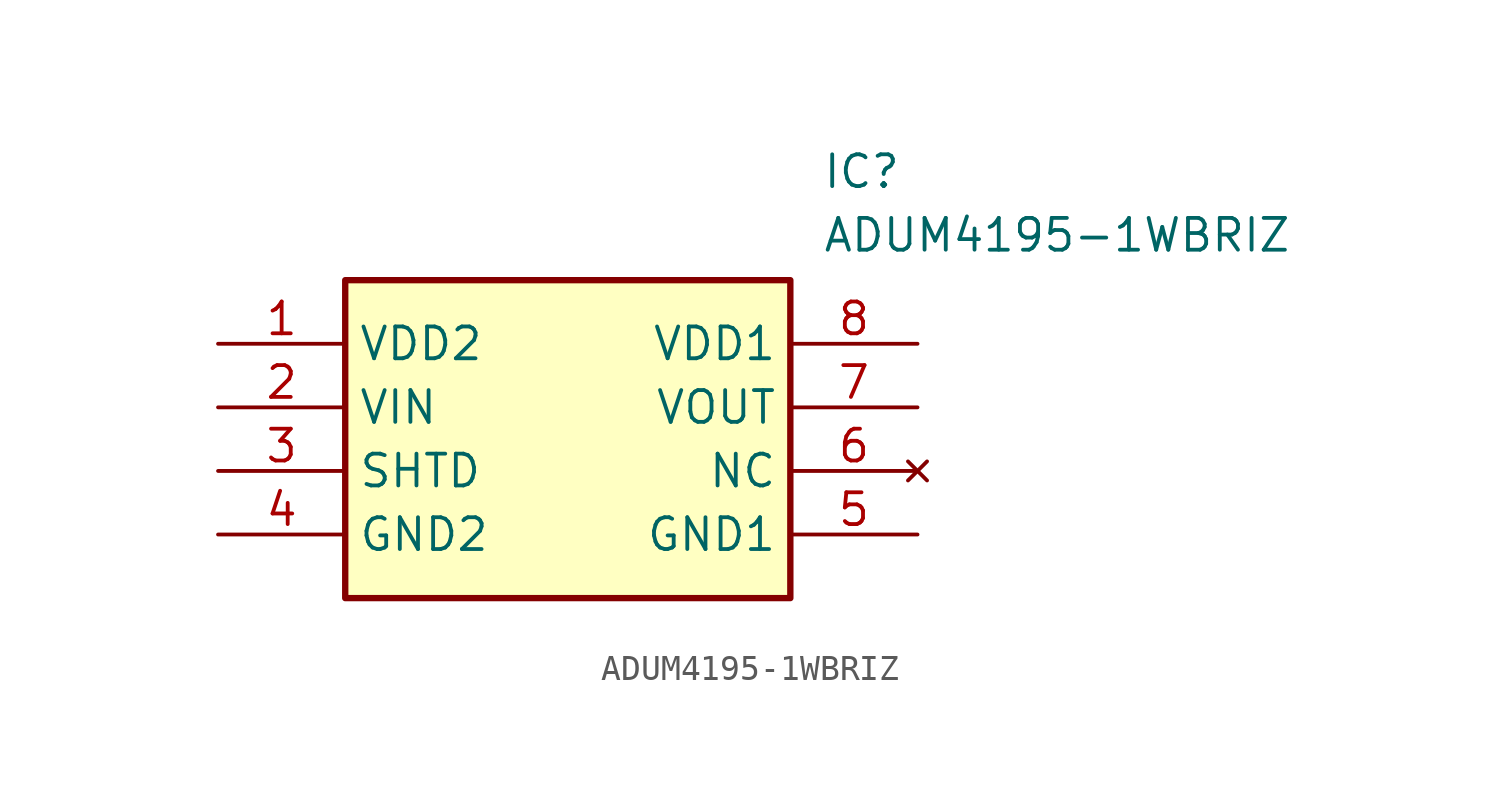
<source format=kicad_sym>
(kicad_symbol_lib
  (version 20211014)
  (generator SamacSys_ECAD_Model)
  (symbol "ADUM4195-1WBRIZ"
    (property "Reference" "IC"
      (at 24.13 7.62 0)
      (effects (font (size 1.27 1.27)) (justify left top)))
    (property "Value" "ADUM4195-1WBRIZ"
      (at 24.13 5.08 0)
      (effects (font (size 1.27 1.27)) (justify left top)))
    (rectangle
      (start 5.08 2.54)
      (end 22.86 -10.16)
      (stroke (width 0.254) (type default))
      (fill (type background)))
    (pin passive line
      (at 0 0 0)
      (length 5.08)
      (name "VDD2" (effects (font (size 1.27 1.27))))
      (number "1" (effects (font (size 1.27 1.27)))))
    (pin passive line
      (at 0 -2.54 0)
      (length 5.08)
      (name "VIN" (effects (font (size 1.27 1.27))))
      (number "2" (effects (font (size 1.27 1.27)))))
    (pin passive line
      (at 0 -5.08 0)
      (length 5.08)
      (name "SHTD" (effects (font (size 1.27 1.27))))
      (number "3" (effects (font (size 1.27 1.27)))))
    (pin passive line
      (at 0 -7.62 0)
      (length 5.08)
      (name "GND2" (effects (font (size 1.27 1.27))))
      (number "4" (effects (font (size 1.27 1.27)))))
    (pin passive line
      (at 27.94 0 180)
      (length 5.08)
      (name "VDD1" (effects (font (size 1.27 1.27))))
      (number "8" (effects (font (size 1.27 1.27)))))
    (pin passive line
      (at 27.94 -2.54 180)
      (length 5.08)
      (name "VOUT" (effects (font (size 1.27 1.27))))
      (number "7" (effects (font (size 1.27 1.27)))))
    (pin no_connect line
      (at 27.94 -5.08 180)
      (length 5.08)
      (name "NC" (effects (font (size 1.27 1.27))))
      (number "6" (effects (font (size 1.27 1.27)))))
    (pin passive line
      (at 27.94 -7.62 180)
      (length 5.08)
      (name "GND1" (effects (font (size 1.27 1.27))))
      (number "5" (effects (font (size 1.27 1.27)))))))
</source>
